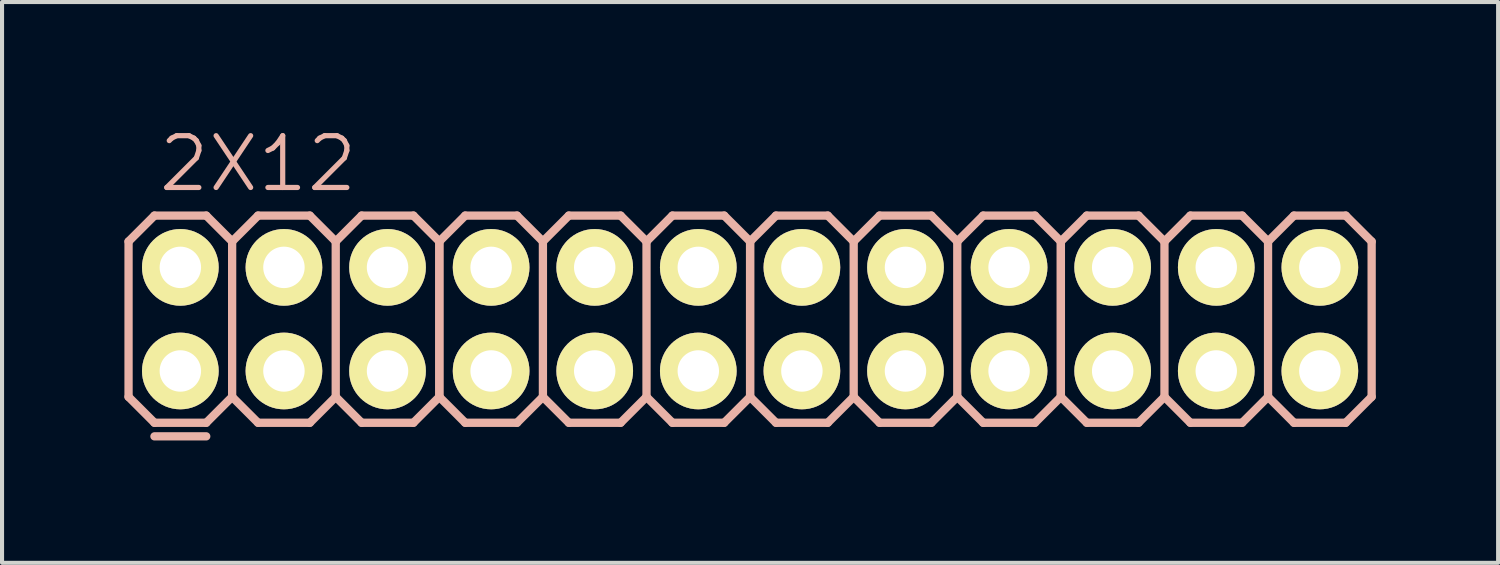
<source format=kicad_pcb>
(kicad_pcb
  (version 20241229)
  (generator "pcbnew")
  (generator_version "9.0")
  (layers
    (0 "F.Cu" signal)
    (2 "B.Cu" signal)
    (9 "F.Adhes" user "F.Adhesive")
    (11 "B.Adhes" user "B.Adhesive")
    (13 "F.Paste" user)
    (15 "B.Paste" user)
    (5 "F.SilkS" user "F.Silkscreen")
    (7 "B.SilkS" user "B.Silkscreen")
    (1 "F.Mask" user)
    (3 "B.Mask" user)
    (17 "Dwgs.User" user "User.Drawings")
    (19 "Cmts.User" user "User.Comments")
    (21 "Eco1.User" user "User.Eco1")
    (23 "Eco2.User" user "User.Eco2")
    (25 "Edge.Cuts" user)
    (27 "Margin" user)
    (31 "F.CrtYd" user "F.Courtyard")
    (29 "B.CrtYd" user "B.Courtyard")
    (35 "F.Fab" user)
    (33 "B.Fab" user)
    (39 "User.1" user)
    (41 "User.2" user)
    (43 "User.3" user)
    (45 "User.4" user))
  (footprint "2X12"
    (layer "F.Cu")
    (at 15.342 4.776)
    (property "Reference" "2X12" (at -12.065 -3.81 0) (layer "B.SilkS") (effects (font (size 1.27 1.27) (thickness 0.127))))
    (attr exclude_from_pos_files exclude_from_bom)
    (fp_line (start -14.224 -1.524) (end -13.716 -1.524) (stroke (width 0.066) (type solid)) (layer "F.SilkS"))
    (fp_line (start -14.224 -1.016) (end -14.224 -1.524) (stroke (width 0.066) (type solid)) (layer "F.SilkS"))
    (fp_line (start -14.224 -1.016) (end -13.716 -1.016) (stroke (width 0.066) (type solid)) (layer "F.SilkS"))
    (fp_line (start -14.224 1.016) (end -13.716 1.016) (stroke (width 0.066) (type solid)) (layer "F.SilkS"))
    (fp_line (start -14.224 1.524) (end -14.224 1.016) (stroke (width 0.066) (type solid)) (layer "F.SilkS"))
    (fp_line (start -14.224 1.524) (end -13.716 1.524) (stroke (width 0.066) (type solid)) (layer "F.SilkS"))
    (fp_line (start -13.716 -1.016) (end -13.716 -1.524) (stroke (width 0.066) (type solid)) (layer "F.SilkS"))
    (fp_line (start -13.716 1.524) (end -13.716 1.016) (stroke (width 0.066) (type solid)) (layer "F.SilkS"))
    (fp_line (start -11.684 -1.524) (end -11.176 -1.524) (stroke (width 0.066) (type solid)) (layer "F.SilkS"))
    (fp_line (start -11.684 -1.016) (end -11.684 -1.524) (stroke (width 0.066) (type solid)) (layer "F.SilkS"))
    (fp_line (start -11.684 -1.016) (end -11.176 -1.016) (stroke (width 0.066) (type solid)) (layer "F.SilkS"))
    (fp_line (start -11.684 1.016) (end -11.176 1.016) (stroke (width 0.066) (type solid)) (layer "F.SilkS"))
    (fp_line (start -11.684 1.524) (end -11.684 1.016) (stroke (width 0.066) (type solid)) (layer "F.SilkS"))
    (fp_line (start -11.684 1.524) (end -11.176 1.524) (stroke (width 0.066) (type solid)) (layer "F.SilkS"))
    (fp_line (start -11.176 -1.016) (end -11.176 -1.524) (stroke (width 0.066) (type solid)) (layer "F.SilkS"))
    (fp_line (start -11.176 1.524) (end -11.176 1.016) (stroke (width 0.066) (type solid)) (layer "F.SilkS"))
    (fp_line (start -9.144 -1.524) (end -8.636 -1.524) (stroke (width 0.066) (type solid)) (layer "F.SilkS"))
    (fp_line (start -9.144 -1.016) (end -9.144 -1.524) (stroke (width 0.066) (type solid)) (layer "F.SilkS"))
    (fp_line (start -9.144 -1.016) (end -8.636 -1.016) (stroke (width 0.066) (type solid)) (layer "F.SilkS"))
    (fp_line (start -9.144 1.016) (end -8.636 1.016) (stroke (width 0.066) (type solid)) (layer "F.SilkS"))
    (fp_line (start -9.144 1.524) (end -9.144 1.016) (stroke (width 0.066) (type solid)) (layer "F.SilkS"))
    (fp_line (start -9.144 1.524) (end -8.636 1.524) (stroke (width 0.066) (type solid)) (layer "F.SilkS"))
    (fp_line (start -8.636 -1.016) (end -8.636 -1.524) (stroke (width 0.066) (type solid)) (layer "F.SilkS"))
    (fp_line (start -8.636 1.524) (end -8.636 1.016) (stroke (width 0.066) (type solid)) (layer "F.SilkS"))
    (fp_line (start -6.604 -1.524) (end -6.096 -1.524) (stroke (width 0.066) (type solid)) (layer "F.SilkS"))
    (fp_line (start -6.604 -1.016) (end -6.604 -1.524) (stroke (width 0.066) (type solid)) (layer "F.SilkS"))
    (fp_line (start -6.604 -1.016) (end -6.096 -1.016) (stroke (width 0.066) (type solid)) (layer "F.SilkS"))
    (fp_line (start -6.604 1.016) (end -6.096 1.016) (stroke (width 0.066) (type solid)) (layer "F.SilkS"))
    (fp_line (start -6.604 1.524) (end -6.604 1.016) (stroke (width 0.066) (type solid)) (layer "F.SilkS"))
    (fp_line (start -6.604 1.524) (end -6.096 1.524) (stroke (width 0.066) (type solid)) (layer "F.SilkS"))
    (fp_line (start -6.096 -1.016) (end -6.096 -1.524) (stroke (width 0.066) (type solid)) (layer "F.SilkS"))
    (fp_line (start -6.096 1.524) (end -6.096 1.016) (stroke (width 0.066) (type solid)) (layer "F.SilkS"))
    (fp_line (start -4.064 -1.524) (end -3.556 -1.524) (stroke (width 0.066) (type solid)) (layer "F.SilkS"))
    (fp_line (start -4.064 -1.016) (end -4.064 -1.524) (stroke (width 0.066) (type solid)) (layer "F.SilkS"))
    (fp_line (start -4.064 -1.016) (end -3.556 -1.016) (stroke (width 0.066) (type solid)) (layer "F.SilkS"))
    (fp_line (start -4.064 1.016) (end -3.556 1.016) (stroke (width 0.066) (type solid)) (layer "F.SilkS"))
    (fp_line (start -4.064 1.524) (end -4.064 1.016) (stroke (width 0.066) (type solid)) (layer "F.SilkS"))
    (fp_line (start -4.064 1.524) (end -3.556 1.524) (stroke (width 0.066) (type solid)) (layer "F.SilkS"))
    (fp_line (start -3.556 -1.016) (end -3.556 -1.524) (stroke (width 0.066) (type solid)) (layer "F.SilkS"))
    (fp_line (start -3.556 1.524) (end -3.556 1.016) (stroke (width 0.066) (type solid)) (layer "F.SilkS"))
    (fp_line (start -1.524 -1.524) (end -1.016 -1.524) (stroke (width 0.066) (type solid)) (layer "F.SilkS"))
    (fp_line (start -1.524 -1.016) (end -1.524 -1.524) (stroke (width 0.066) (type solid)) (layer "F.SilkS"))
    (fp_line (start -1.524 -1.016) (end -1.016 -1.016) (stroke (width 0.066) (type solid)) (layer "F.SilkS"))
    (fp_line (start -1.524 1.016) (end -1.016 1.016) (stroke (width 0.066) (type solid)) (layer "F.SilkS"))
    (fp_line (start -1.524 1.524) (end -1.524 1.016) (stroke (width 0.066) (type solid)) (layer "F.SilkS"))
    (fp_line (start -1.524 1.524) (end -1.016 1.524) (stroke (width 0.066) (type solid)) (layer "F.SilkS"))
    (fp_line (start -1.016 -1.016) (end -1.016 -1.524) (stroke (width 0.066) (type solid)) (layer "F.SilkS"))
    (fp_line (start -1.016 1.524) (end -1.016 1.016) (stroke (width 0.066) (type solid)) (layer "F.SilkS"))
    (fp_line (start 1.016 -1.524) (end 1.524 -1.524) (stroke (width 0.066) (type solid)) (layer "F.SilkS"))
    (fp_line (start 1.016 -1.016) (end 1.016 -1.524) (stroke (width 0.066) (type solid)) (layer "F.SilkS"))
    (fp_line (start 1.016 -1.016) (end 1.524 -1.016) (stroke (width 0.066) (type solid)) (layer "F.SilkS"))
    (fp_line (start 1.016 1.016) (end 1.524 1.016) (stroke (width 0.066) (type solid)) (layer "F.SilkS"))
    (fp_line (start 1.016 1.524) (end 1.016 1.016) (stroke (width 0.066) (type solid)) (layer "F.SilkS"))
    (fp_line (start 1.016 1.524) (end 1.524 1.524) (stroke (width 0.066) (type solid)) (layer "F.SilkS"))
    (fp_line (start 1.524 -1.016) (end 1.524 -1.524) (stroke (width 0.066) (type solid)) (layer "F.SilkS"))
    (fp_line (start 1.524 1.524) (end 1.524 1.016) (stroke (width 0.066) (type solid)) (layer "F.SilkS"))
    (fp_line (start 3.556 -1.524) (end 4.064 -1.524) (stroke (width 0.066) (type solid)) (layer "F.SilkS"))
    (fp_line (start 3.556 -1.016) (end 3.556 -1.524) (stroke (width 0.066) (type solid)) (layer "F.SilkS"))
    (fp_line (start 3.556 -1.016) (end 4.064 -1.016) (stroke (width 0.066) (type solid)) (layer "F.SilkS"))
    (fp_line (start 3.556 1.016) (end 4.064 1.016) (stroke (width 0.066) (type solid)) (layer "F.SilkS"))
    (fp_line (start 3.556 1.524) (end 3.556 1.016) (stroke (width 0.066) (type solid)) (layer "F.SilkS"))
    (fp_line (start 3.556 1.524) (end 4.064 1.524) (stroke (width 0.066) (type solid)) (layer "F.SilkS"))
    (fp_line (start 4.064 -1.016) (end 4.064 -1.524) (stroke (width 0.066) (type solid)) (layer "F.SilkS"))
    (fp_line (start 4.064 1.524) (end 4.064 1.016) (stroke (width 0.066) (type solid)) (layer "F.SilkS"))
    (fp_line (start 6.096 -1.524) (end 6.604 -1.524) (stroke (width 0.066) (type solid)) (layer "F.SilkS"))
    (fp_line (start 6.096 -1.016) (end 6.096 -1.524) (stroke (width 0.066) (type solid)) (layer "F.SilkS"))
    (fp_line (start 6.096 -1.016) (end 6.604 -1.016) (stroke (width 0.066) (type solid)) (layer "F.SilkS"))
    (fp_line (start 6.096 1.016) (end 6.604 1.016) (stroke (width 0.066) (type solid)) (layer "F.SilkS"))
    (fp_line (start 6.096 1.524) (end 6.096 1.016) (stroke (width 0.066) (type solid)) (layer "F.SilkS"))
    (fp_line (start 6.096 1.524) (end 6.604 1.524) (stroke (width 0.066) (type solid)) (layer "F.SilkS"))
    (fp_line (start 6.604 -1.016) (end 6.604 -1.524) (stroke (width 0.066) (type solid)) (layer "F.SilkS"))
    (fp_line (start 6.604 1.524) (end 6.604 1.016) (stroke (width 0.066) (type solid)) (layer "F.SilkS"))
    (fp_line (start 8.636 -1.524) (end 9.144 -1.524) (stroke (width 0.066) (type solid)) (layer "F.SilkS"))
    (fp_line (start 8.636 -1.016) (end 8.636 -1.524) (stroke (width 0.066) (type solid)) (layer "F.SilkS"))
    (fp_line (start 8.636 -1.016) (end 9.144 -1.016) (stroke (width 0.066) (type solid)) (layer "F.SilkS"))
    (fp_line (start 8.636 1.016) (end 9.144 1.016) (stroke (width 0.066) (type solid)) (layer "F.SilkS"))
    (fp_line (start 8.636 1.524) (end 8.636 1.016) (stroke (width 0.066) (type solid)) (layer "F.SilkS"))
    (fp_line (start 8.636 1.524) (end 9.144 1.524) (stroke (width 0.066) (type solid)) (layer "F.SilkS"))
    (fp_line (start 9.144 -1.016) (end 9.144 -1.524) (stroke (width 0.066) (type solid)) (layer "F.SilkS"))
    (fp_line (start 9.144 1.524) (end 9.144 1.016) (stroke (width 0.066) (type solid)) (layer "F.SilkS"))
    (fp_line (start 11.176 -1.524) (end 11.684 -1.524) (stroke (width 0.066) (type solid)) (layer "F.SilkS"))
    (fp_line (start 11.176 -1.016) (end 11.176 -1.524) (stroke (width 0.066) (type solid)) (layer "F.SilkS"))
    (fp_line (start 11.176 -1.016) (end 11.684 -1.016) (stroke (width 0.066) (type solid)) (layer "F.SilkS"))
    (fp_line (start 11.176 1.016) (end 11.684 1.016) (stroke (width 0.066) (type solid)) (layer "F.SilkS"))
    (fp_line (start 11.176 1.524) (end 11.176 1.016) (stroke (width 0.066) (type solid)) (layer "F.SilkS"))
    (fp_line (start 11.176 1.524) (end 11.684 1.524) (stroke (width 0.066) (type solid)) (layer "F.SilkS"))
    (fp_line (start 11.684 -1.016) (end 11.684 -1.524) (stroke (width 0.066) (type solid)) (layer "F.SilkS"))
    (fp_line (start 11.684 1.524) (end 11.684 1.016) (stroke (width 0.066) (type solid)) (layer "F.SilkS"))
    (fp_line (start 13.716 -1.524) (end 14.224 -1.524) (stroke (width 0.066) (type solid)) (layer "F.SilkS"))
    (fp_line (start 13.716 -1.016) (end 13.716 -1.524) (stroke (width 0.066) (type solid)) (layer "F.SilkS"))
    (fp_line (start 13.716 -1.016) (end 14.224 -1.016) (stroke (width 0.066) (type solid)) (layer "F.SilkS"))
    (fp_line (start 13.716 1.016) (end 14.224 1.016) (stroke (width 0.066) (type solid)) (layer "F.SilkS"))
    (fp_line (start 13.716 1.524) (end 13.716 1.016) (stroke (width 0.066) (type solid)) (layer "F.SilkS"))
    (fp_line (start 13.716 1.524) (end 14.224 1.524) (stroke (width 0.066) (type solid)) (layer "F.SilkS"))
    (fp_line (start 14.224 -1.016) (end 14.224 -1.524) (stroke (width 0.066) (type solid)) (layer "F.SilkS"))
    (fp_line (start 14.224 1.524) (end 14.224 1.016) (stroke (width 0.066) (type solid)) (layer "F.SilkS"))
    (fp_line (start -15.24 -1.905) (end -14.605 -2.54) (stroke (width 0.203) (type solid)) (layer "B.SilkS"))
    (fp_line (start -15.24 1.905) (end -15.24 -1.905) (stroke (width 0.203) (type solid)) (layer "B.SilkS"))
    (fp_line (start -15.24 1.905) (end -14.605 2.54) (stroke (width 0.203) (type solid)) (layer "B.SilkS"))
    (fp_line (start -14.605 -2.54) (end -13.335 -2.54) (stroke (width 0.203) (type solid)) (layer "B.SilkS"))
    (fp_line (start -14.605 2.54) (end -13.335 2.54) (stroke (width 0.203) (type solid)) (layer "B.SilkS"))
    (fp_line (start -13.335 -2.54) (end -12.7 -1.905) (stroke (width 0.203) (type solid)) (layer "B.SilkS"))
    (fp_line (start -13.335 2.54) (end -12.7 1.905) (stroke (width 0.203) (type solid)) (layer "B.SilkS"))
    (fp_line (start -13.335 2.873) (end -14.605 2.873) (stroke (width 0.203) (type solid)) (layer "B.SilkS"))
    (fp_line (start -12.7 -1.905) (end -12.7 1.905) (stroke (width 0.203) (type solid)) (layer "B.SilkS"))
    (fp_line (start -12.7 -1.905) (end -12.065 -2.54) (stroke (width 0.203) (type solid)) (layer "B.SilkS"))
    (fp_line (start -12.7 1.905) (end -12.065 2.54) (stroke (width 0.203) (type solid)) (layer "B.SilkS"))
    (fp_line (start -12.065 -2.54) (end -10.795 -2.54) (stroke (width 0.203) (type solid)) (layer "B.SilkS"))
    (fp_line (start -12.065 2.54) (end -10.795 2.54) (stroke (width 0.203) (type solid)) (layer "B.SilkS"))
    (fp_line (start -10.795 -2.54) (end -10.16 -1.905) (stroke (width 0.203) (type solid)) (layer "B.SilkS"))
    (fp_line (start -10.795 2.54) (end -10.16 1.905) (stroke (width 0.203) (type solid)) (layer "B.SilkS"))
    (fp_line (start -10.16 -1.905) (end -10.16 1.905) (stroke (width 0.203) (type solid)) (layer "B.SilkS"))
    (fp_line (start -10.16 -1.905) (end -9.525 -2.54) (stroke (width 0.203) (type solid)) (layer "B.SilkS"))
    (fp_line (start -10.16 1.905) (end -9.525 2.54) (stroke (width 0.203) (type solid)) (layer "B.SilkS"))
    (fp_line (start -9.525 -2.54) (end -8.255 -2.54) (stroke (width 0.203) (type solid)) (layer "B.SilkS"))
    (fp_line (start -9.525 2.54) (end -8.255 2.54) (stroke (width 0.203) (type solid)) (layer "B.SilkS"))
    (fp_line (start -8.255 -2.54) (end -7.62 -1.905) (stroke (width 0.203) (type solid)) (layer "B.SilkS"))
    (fp_line (start -8.255 2.54) (end -7.62 1.905) (stroke (width 0.203) (type solid)) (layer "B.SilkS"))
    (fp_line (start -7.62 -1.905) (end -7.62 1.905) (stroke (width 0.203) (type solid)) (layer "B.SilkS"))
    (fp_line (start -7.62 -1.905) (end -6.985 -2.54) (stroke (width 0.203) (type solid)) (layer "B.SilkS"))
    (fp_line (start -7.62 1.905) (end -7.62 -1.905) (stroke (width 0.203) (type solid)) (layer "B.SilkS"))
    (fp_line (start -7.62 1.905) (end -6.985 2.54) (stroke (width 0.203) (type solid)) (layer "B.SilkS"))
    (fp_line (start -6.985 -2.54) (end -5.715 -2.54) (stroke (width 0.203) (type solid)) (layer "B.SilkS"))
    (fp_line (start -6.985 2.54) (end -5.715 2.54) (stroke (width 0.203) (type solid)) (layer "B.SilkS"))
    (fp_line (start -5.715 -2.54) (end -5.08 -1.905) (stroke (width 0.203) (type solid)) (layer "B.SilkS"))
    (fp_line (start -5.715 2.54) (end -5.08 1.905) (stroke (width 0.203) (type solid)) (layer "B.SilkS"))
    (fp_line (start -5.08 -1.905) (end -5.08 1.905) (stroke (width 0.203) (type solid)) (layer "B.SilkS"))
    (fp_line (start -5.08 -1.905) (end -4.445 -2.54) (stroke (width 0.203) (type solid)) (layer "B.SilkS"))
    (fp_line (start -5.08 1.905) (end -4.445 2.54) (stroke (width 0.203) (type solid)) (layer "B.SilkS"))
    (fp_line (start -4.445 -2.54) (end -3.175 -2.54) (stroke (width 0.203) (type solid)) (layer "B.SilkS"))
    (fp_line (start -4.445 2.54) (end -3.175 2.54) (stroke (width 0.203) (type solid)) (layer "B.SilkS"))
    (fp_line (start -3.175 -2.54) (end -2.54 -1.905) (stroke (width 0.203) (type solid)) (layer "B.SilkS"))
    (fp_line (start -3.175 2.54) (end -2.54 1.905) (stroke (width 0.203) (type solid)) (layer "B.SilkS"))
    (fp_line (start -2.54 -1.905) (end -2.54 1.905) (stroke (width 0.203) (type solid)) (layer "B.SilkS"))
    (fp_line (start -2.54 -1.905) (end -1.905 -2.54) (stroke (width 0.203) (type solid)) (layer "B.SilkS"))
    (fp_line (start -2.54 1.905) (end -1.905 2.54) (stroke (width 0.203) (type solid)) (layer "B.SilkS"))
    (fp_line (start -1.905 -2.54) (end -0.635 -2.54) (stroke (width 0.203) (type solid)) (layer "B.SilkS"))
    (fp_line (start -1.905 2.54) (end -0.635 2.54) (stroke (width 0.203) (type solid)) (layer "B.SilkS"))
    (fp_line (start -0.635 -2.54) (end 0 -1.905) (stroke (width 0.203) (type solid)) (layer "B.SilkS"))
    (fp_line (start -0.635 2.54) (end 0 1.905) (stroke (width 0.203) (type solid)) (layer "B.SilkS"))
    (fp_line (start 0 -1.905) (end 0 1.905) (stroke (width 0.203) (type solid)) (layer "B.SilkS"))
    (fp_line (start 0 -1.905) (end 0.635 -2.54) (stroke (width 0.203) (type solid)) (layer "B.SilkS"))
    (fp_line (start 0 1.905) (end 0 -1.905) (stroke (width 0.203) (type solid)) (layer "B.SilkS"))
    (fp_line (start 0 1.905) (end 0.635 2.54) (stroke (width 0.203) (type solid)) (layer "B.SilkS"))
    (fp_line (start 0.635 -2.54) (end 1.905 -2.54) (stroke (width 0.203) (type solid)) (layer "B.SilkS"))
    (fp_line (start 0.635 2.54) (end 1.905 2.54) (stroke (width 0.203) (type solid)) (layer "B.SilkS"))
    (fp_line (start 1.905 -2.54) (end 2.54 -1.905) (stroke (width 0.203) (type solid)) (layer "B.SilkS"))
    (fp_line (start 1.905 2.54) (end 2.54 1.905) (stroke (width 0.203) (type solid)) (layer "B.SilkS"))
    (fp_line (start 2.54 -1.905) (end 2.54 1.905) (stroke (width 0.203) (type solid)) (layer "B.SilkS"))
    (fp_line (start 2.54 -1.905) (end 3.175 -2.54) (stroke (width 0.203) (type solid)) (layer "B.SilkS"))
    (fp_line (start 2.54 1.905) (end 3.175 2.54) (stroke (width 0.203) (type solid)) (layer "B.SilkS"))
    (fp_line (start 3.175 -2.54) (end 4.445 -2.54) (stroke (width 0.203) (type solid)) (layer "B.SilkS"))
    (fp_line (start 3.175 2.54) (end 4.445 2.54) (stroke (width 0.203) (type solid)) (layer "B.SilkS"))
    (fp_line (start 4.445 -2.54) (end 5.08 -1.905) (stroke (width 0.203) (type solid)) (layer "B.SilkS"))
    (fp_line (start 4.445 2.54) (end 5.08 1.905) (stroke (width 0.203) (type solid)) (layer "B.SilkS"))
    (fp_line (start 5.08 -1.905) (end 5.08 1.905) (stroke (width 0.203) (type solid)) (layer "B.SilkS"))
    (fp_line (start 5.08 -1.905) (end 5.715 -2.54) (stroke (width 0.203) (type solid)) (layer "B.SilkS"))
    (fp_line (start 5.08 1.905) (end 5.715 2.54) (stroke (width 0.203) (type solid)) (layer "B.SilkS"))
    (fp_line (start 5.715 -2.54) (end 6.985 -2.54) (stroke (width 0.203) (type solid)) (layer "B.SilkS"))
    (fp_line (start 5.715 2.54) (end 6.985 2.54) (stroke (width 0.203) (type solid)) (layer "B.SilkS"))
    (fp_line (start 6.985 -2.54) (end 7.62 -1.905) (stroke (width 0.203) (type solid)) (layer "B.SilkS"))
    (fp_line (start 6.985 2.54) (end 7.62 1.905) (stroke (width 0.203) (type solid)) (layer "B.SilkS"))
    (fp_line (start 7.62 -1.905) (end 7.62 1.905) (stroke (width 0.203) (type solid)) (layer "B.SilkS"))
    (fp_line (start 7.62 -1.905) (end 8.255 -2.54) (stroke (width 0.203) (type solid)) (layer "B.SilkS"))
    (fp_line (start 7.62 1.905) (end 7.62 -1.905) (stroke (width 0.203) (type solid)) (layer "B.SilkS"))
    (fp_line (start 7.62 1.905) (end 8.255 2.54) (stroke (width 0.203) (type solid)) (layer "B.SilkS"))
    (fp_line (start 8.255 -2.54) (end 9.525 -2.54) (stroke (width 0.203) (type solid)) (layer "B.SilkS"))
    (fp_line (start 8.255 2.54) (end 9.525 2.54) (stroke (width 0.203) (type solid)) (layer "B.SilkS"))
    (fp_line (start 9.525 -2.54) (end 10.16 -1.905) (stroke (width 0.203) (type solid)) (layer "B.SilkS"))
    (fp_line (start 9.525 2.54) (end 10.16 1.905) (stroke (width 0.203) (type solid)) (layer "B.SilkS"))
    (fp_line (start 10.16 -1.905) (end 10.16 1.905) (stroke (width 0.203) (type solid)) (layer "B.SilkS"))
    (fp_line (start 10.16 -1.905) (end 10.795 -2.54) (stroke (width 0.203) (type solid)) (layer "B.SilkS"))
    (fp_line (start 10.16 1.905) (end 10.795 2.54) (stroke (width 0.203) (type solid)) (layer "B.SilkS"))
    (fp_line (start 10.795 -2.54) (end 12.065 -2.54) (stroke (width 0.203) (type solid)) (layer "B.SilkS"))
    (fp_line (start 10.795 2.54) (end 12.065 2.54) (stroke (width 0.203) (type solid)) (layer "B.SilkS"))
    (fp_line (start 12.065 -2.54) (end 12.7 -1.905) (stroke (width 0.203) (type solid)) (layer "B.SilkS"))
    (fp_line (start 12.065 2.54) (end 12.7 1.905) (stroke (width 0.203) (type solid)) (layer "B.SilkS"))
    (fp_line (start 12.7 -1.905) (end 12.7 1.905) (stroke (width 0.203) (type solid)) (layer "B.SilkS"))
    (fp_line (start 12.7 -1.905) (end 13.335 -2.54) (stroke (width 0.203) (type solid)) (layer "B.SilkS"))
    (fp_line (start 12.7 1.905) (end 13.335 2.54) (stroke (width 0.203) (type solid)) (layer "B.SilkS"))
    (fp_line (start 13.335 -2.54) (end 14.605 -2.54) (stroke (width 0.203) (type solid)) (layer "B.SilkS"))
    (fp_line (start 13.335 2.54) (end 14.605 2.54) (stroke (width 0.203) (type solid)) (layer "B.SilkS"))
    (fp_line (start 14.605 -2.54) (end 15.24 -1.905) (stroke (width 0.203) (type solid)) (layer "B.SilkS"))
    (fp_line (start 14.605 2.54) (end 15.24 1.905) (stroke (width 0.203) (type solid)) (layer "B.SilkS"))
    (fp_line (start 15.24 -1.905) (end 15.24 1.905) (stroke (width 0.203) (type solid)) (layer "B.SilkS"))
    (pad "1" thru_hole circle (at -13.97 1.27) (size 1.88 1.88) (drill 1.016) (layers "*.Cu" "F.Mask" "F.SilkS" "F.Paste"))
    (pad "2" thru_hole circle (at -13.97 -1.27) (size 1.88 1.88) (drill 1.016) (layers "*.Cu" "F.Mask" "F.SilkS" "F.Paste"))
    (pad "3" thru_hole circle (at -11.43 1.27) (size 1.88 1.88) (drill 1.016) (layers "*.Cu" "F.Mask" "F.SilkS" "F.Paste"))
    (pad "4" thru_hole circle (at -11.43 -1.27) (size 1.88 1.88) (drill 1.016) (layers "*.Cu" "F.Mask" "F.SilkS" "F.Paste"))
    (pad "5" thru_hole circle (at -8.89 1.27) (size 1.88 1.88) (drill 1.016) (layers "*.Cu" "F.Mask" "F.SilkS" "F.Paste"))
    (pad "6" thru_hole circle (at -8.89 -1.27) (size 1.88 1.88) (drill 1.016) (layers "*.Cu" "F.Mask" "F.SilkS" "F.Paste"))
    (pad "7" thru_hole circle (at -6.35 1.27) (size 1.88 1.88) (drill 1.016) (layers "*.Cu" "F.Mask" "F.SilkS" "F.Paste"))
    (pad "8" thru_hole circle (at -6.35 -1.27) (size 1.88 1.88) (drill 1.016) (layers "*.Cu" "F.Mask" "F.SilkS" "F.Paste"))
    (pad "9" thru_hole circle (at -3.81 1.27) (size 1.88 1.88) (drill 1.016) (layers "*.Cu" "F.Mask" "F.SilkS" "F.Paste"))
    (pad "10" thru_hole circle (at -3.81 -1.27) (size 1.88 1.88) (drill 1.016) (layers "*.Cu" "F.Mask" "F.SilkS" "F.Paste"))
    (pad "11" thru_hole circle (at -1.27 1.27) (size 1.88 1.88) (drill 1.016) (layers "*.Cu" "F.Mask" "F.SilkS" "F.Paste"))
    (pad "12" thru_hole circle (at -1.27 -1.27) (size 1.88 1.88) (drill 1.016) (layers "*.Cu" "F.Mask" "F.SilkS" "F.Paste"))
    (pad "13" thru_hole circle (at 1.27 1.27) (size 1.88 1.88) (drill 1.016) (layers "*.Cu" "F.Mask" "F.SilkS" "F.Paste"))
    (pad "14" thru_hole circle (at 1.27 -1.27) (size 1.88 1.88) (drill 1.016) (layers "*.Cu" "F.Mask" "F.SilkS" "F.Paste"))
    (pad "15" thru_hole circle (at 3.81 1.27) (size 1.88 1.88) (drill 1.016) (layers "*.Cu" "F.Mask" "F.SilkS" "F.Paste"))
    (pad "16" thru_hole circle (at 3.81 -1.27) (size 1.88 1.88) (drill 1.016) (layers "*.Cu" "F.Mask" "F.SilkS" "F.Paste"))
    (pad "17" thru_hole circle (at 6.35 1.27) (size 1.88 1.88) (drill 1.016) (layers "*.Cu" "F.Mask" "F.SilkS" "F.Paste"))
    (pad "18" thru_hole circle (at 6.35 -1.27) (size 1.88 1.88) (drill 1.016) (layers "*.Cu" "F.Mask" "F.SilkS" "F.Paste"))
    (pad "19" thru_hole circle (at 8.89 1.27) (size 1.88 1.88) (drill 1.016) (layers "*.Cu" "F.Mask" "F.SilkS" "F.Paste"))
    (pad "20" thru_hole circle (at 8.89 -1.27) (size 1.88 1.88) (drill 1.016) (layers "*.Cu" "F.Mask" "F.SilkS" "F.Paste"))
    (pad "21" thru_hole circle (at 11.43 1.27) (size 1.88 1.88) (drill 1.016) (layers "*.Cu" "F.Mask" "F.SilkS" "F.Paste"))
    (pad "22" thru_hole circle (at 11.43 -1.27) (size 1.88 1.88) (drill 1.016) (layers "*.Cu" "F.Mask" "F.SilkS" "F.Paste"))
    (pad "23" thru_hole circle (at 13.97 1.27) (size 1.88 1.88) (drill 1.016) (layers "*.Cu" "F.Mask" "F.SilkS" "F.Paste"))
    (pad "24" thru_hole circle (at 13.97 -1.27) (size 1.88 1.88) (drill 1.016) (layers "*.Cu" "F.Mask" "F.SilkS" "F.Paste")))
  (gr_rect
    (start -3 -3)
    (end 33.683 10.75)
    (stroke (width 0.1) (type default))
    (fill no)
    (layer "Edge.Cuts")))
</source>
